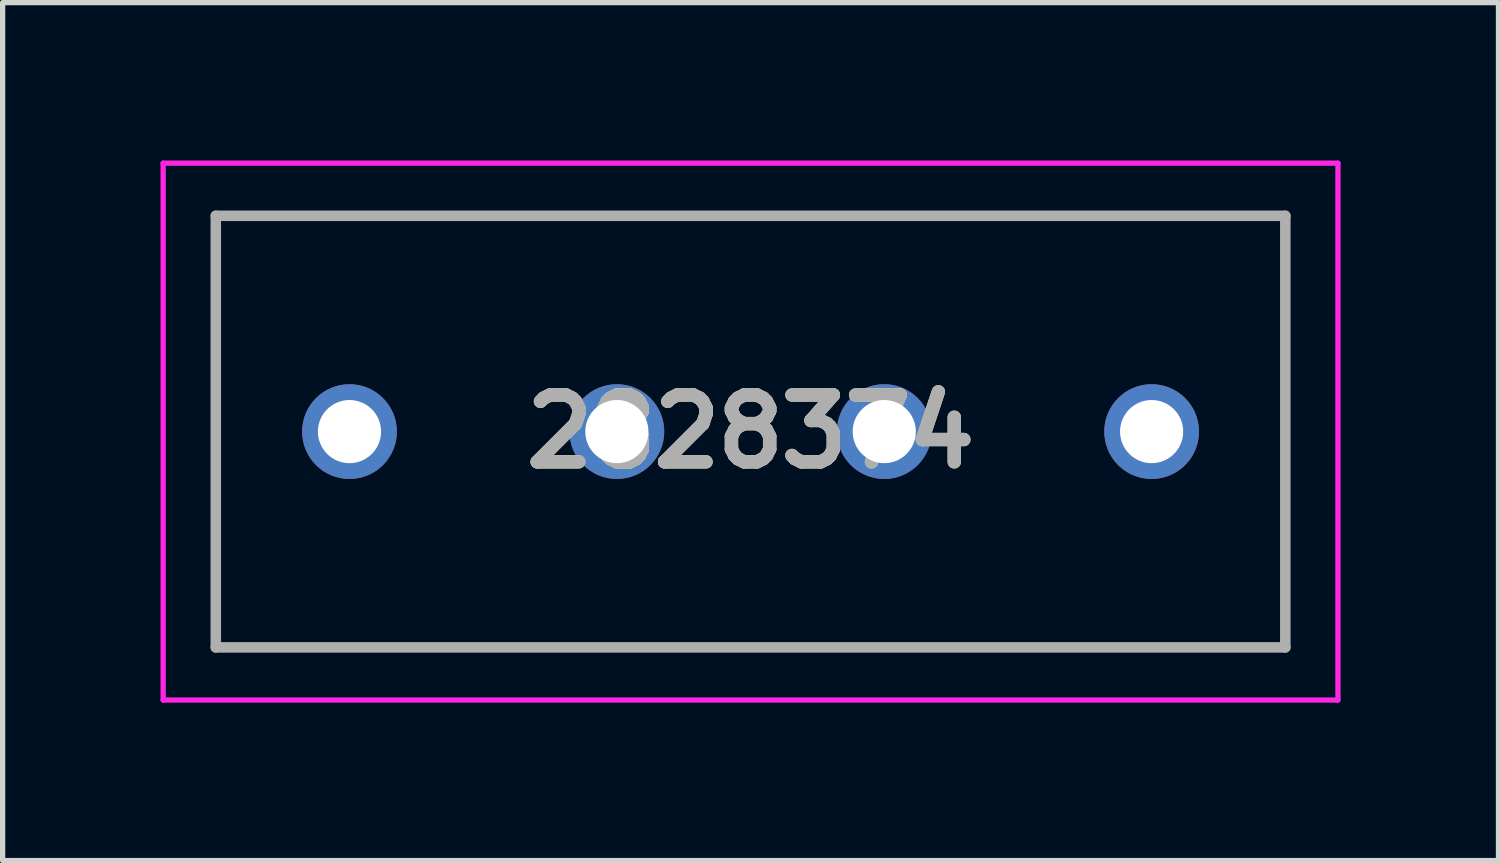
<source format=kicad_pcb>
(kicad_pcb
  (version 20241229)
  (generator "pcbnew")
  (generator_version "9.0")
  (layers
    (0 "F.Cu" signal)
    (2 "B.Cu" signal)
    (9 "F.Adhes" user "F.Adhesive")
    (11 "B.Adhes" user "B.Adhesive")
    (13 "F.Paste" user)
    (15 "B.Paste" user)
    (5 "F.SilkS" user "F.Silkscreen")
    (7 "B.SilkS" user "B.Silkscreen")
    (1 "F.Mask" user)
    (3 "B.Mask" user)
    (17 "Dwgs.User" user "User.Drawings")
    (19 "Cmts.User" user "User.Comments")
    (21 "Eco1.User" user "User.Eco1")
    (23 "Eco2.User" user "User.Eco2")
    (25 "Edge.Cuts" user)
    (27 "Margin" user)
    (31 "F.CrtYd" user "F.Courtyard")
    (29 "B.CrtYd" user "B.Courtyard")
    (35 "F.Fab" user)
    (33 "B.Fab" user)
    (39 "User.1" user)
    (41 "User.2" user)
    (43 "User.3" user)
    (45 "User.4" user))
  (footprint "2828374"
    (layer "F.Cu")
    (at 3.59 5.15)
    (property "Reference" "2828374" (at 7.62 0 0) (layer "F.SilkS") (effects (font (size 1.27 1.27) (thickness 0.254))))
    (attr through_hole)
    (fp_line (start -2.54 -4.1) (end 17.78 -4.1) (stroke (width 0.1) (type solid)) (layer "F.SilkS"))
    (fp_line (start -2.54 4.1) (end -2.54 -4.1) (stroke (width 0.1) (type solid)) (layer "F.SilkS"))
    (fp_line (start 17.78 -4.1) (end 17.78 4.1) (stroke (width 0.1) (type solid)) (layer "F.SilkS"))
    (fp_line (start 17.78 4.1) (end -2.54 4.1) (stroke (width 0.1) (type solid)) (layer "F.SilkS"))
    (fp_line (start -3.54 -5.1) (end 18.78 -5.1) (stroke (width 0.1) (type solid)) (layer "F.CrtYd"))
    (fp_line (start -3.54 5.1) (end -3.54 -5.1) (stroke (width 0.1) (type solid)) (layer "F.CrtYd"))
    (fp_line (start 18.78 -5.1) (end 18.78 5.1) (stroke (width 0.1) (type solid)) (layer "F.CrtYd"))
    (fp_line (start 18.78 5.1) (end -3.54 5.1) (stroke (width 0.1) (type solid)) (layer "F.CrtYd"))
    (fp_line (start -2.54 -4.1) (end 17.78 -4.1) (stroke (width 0.2) (type solid)) (layer "F.Fab"))
    (fp_line (start -2.54 4.1) (end -2.54 -4.1) (stroke (width 0.2) (type solid)) (layer "F.Fab"))
    (fp_line (start 17.78 -4.1) (end 17.78 4.1) (stroke (width 0.2) (type solid)) (layer "F.Fab"))
    (fp_line (start 17.78 4.1) (end -2.54 4.1) (stroke (width 0.2) (type solid)) (layer "F.Fab"))
    (fp_text user "${REFERENCE}" (at 7.62 0 0) (layer "F.Fab") (effects (font (size 1.27 1.27) (thickness 0.254))))
    (pad "1" thru_hole circle (at 0 0) (size 1.8 1.8) (drill 1.2) (layers "*.Cu" "*.Mask"))
    (pad "2" thru_hole circle (at 5.08 0) (size 1.8 1.8) (drill 1.2) (layers "*.Cu" "*.Mask"))
    (pad "3" thru_hole circle (at 10.16 0) (size 1.8 1.8) (drill 1.2) (layers "*.Cu" "*.Mask"))
    (pad "4" thru_hole circle (at 15.24 0) (size 1.8 1.8) (drill 1.2) (layers "*.Cu" "*.Mask")))
  (gr_rect
    (start -3 -3)
    (end 25.42 13.3)
    (stroke (width 0.1) (type default))
    (fill no)
    (layer "Edge.Cuts")))
</source>
